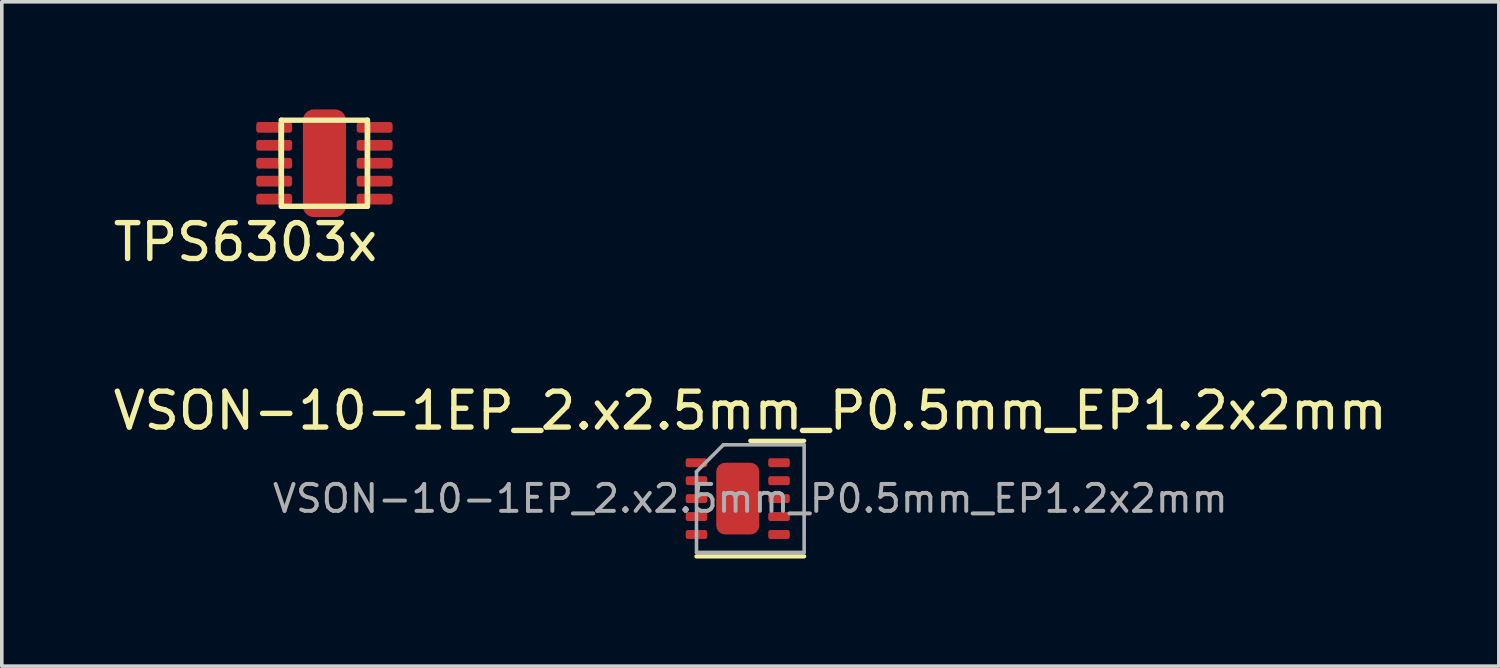
<source format=kicad_pcb>
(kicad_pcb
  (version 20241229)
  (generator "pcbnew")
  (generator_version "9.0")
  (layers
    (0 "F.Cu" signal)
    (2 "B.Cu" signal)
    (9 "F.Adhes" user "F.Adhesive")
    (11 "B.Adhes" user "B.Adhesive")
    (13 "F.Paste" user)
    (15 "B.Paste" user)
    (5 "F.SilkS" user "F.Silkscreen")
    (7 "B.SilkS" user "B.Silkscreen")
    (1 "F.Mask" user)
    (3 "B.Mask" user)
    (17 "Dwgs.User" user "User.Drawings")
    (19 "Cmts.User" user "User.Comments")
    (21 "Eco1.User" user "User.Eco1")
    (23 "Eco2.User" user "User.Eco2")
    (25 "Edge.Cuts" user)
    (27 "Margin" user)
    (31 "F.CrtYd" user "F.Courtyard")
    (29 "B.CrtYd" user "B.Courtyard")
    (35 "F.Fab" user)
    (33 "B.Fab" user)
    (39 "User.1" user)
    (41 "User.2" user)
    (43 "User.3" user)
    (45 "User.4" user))
  (footprint "VSON-10-1EP_2.x2.5mm_P0.5mm_EP1.2x2mm"
    (layer "F.Cu")
    (at 17.863 10.847)
    (property "Reference" "VSON-10-1EP_2.x2.5mm_P0.5mm_EP1.2x2mm" (at 0 -2.45 0) (layer "F.SilkS") (effects (font (size 1 1) (thickness 0.15))))
    (attr smd)
    (fp_line (start -1.5 1.61) (end 1.5 1.61) (stroke (width 0.12) (type solid)) (layer "F.SilkS"))
    (fp_line (start 0 -1.61) (end 1.5 -1.61) (stroke (width 0.12) (type solid)) (layer "F.SilkS"))
    (fp_line (start -1.5 -0.75) (end -0.75 -1.5) (stroke (width 0.1) (type solid)) (layer "F.Fab"))
    (fp_line (start -1.5 1.5) (end -1.5 -0.75) (stroke (width 0.1) (type solid)) (layer "F.Fab"))
    (fp_line (start -0.75 -1.5) (end 1.5 -1.5) (stroke (width 0.1) (type solid)) (layer "F.Fab"))
    (fp_line (start 1.5 -1.5) (end 1.5 1.5) (stroke (width 0.1) (type solid)) (layer "F.Fab"))
    (fp_line (start 1.5 1.5) (end -1.5 1.5) (stroke (width 0.1) (type solid)) (layer "F.Fab"))
    (fp_text user "${REFERENCE}" (at 0 0 0) (layer "F.Fab") (effects (font (size 0.75 0.75) (thickness 0.11))))
    (pad "1" smd roundrect (at -1.5 -1) (size 0.6 0.25) (layers "F.Cu" "F.Mask" "F.Paste") (roundrect_rratio 0.25))
    (pad "2" smd roundrect (at -1.5 -0.5) (size 0.6 0.25) (layers "F.Cu" "F.Mask" "F.Paste") (roundrect_rratio 0.25))
    (pad "3" smd roundrect (at -1.5 0) (size 0.6 0.25) (layers "F.Cu" "F.Mask" "F.Paste") (roundrect_rratio 0.25))
    (pad "3" smd roundrect (at -0.35 0) (size 1.2 2) (layers "F.Cu" "F.Mask") (roundrect_rratio 0.208))
    (pad "4" smd roundrect (at -1.5 0.5) (size 0.6 0.25) (layers "F.Cu" "F.Mask" "F.Paste") (roundrect_rratio 0.25))
    (pad "5" smd roundrect (at -1.5 1) (size 0.6 0.25) (layers "F.Cu" "F.Mask" "F.Paste") (roundrect_rratio 0.25))
    (pad "6" smd roundrect (at 0.8 1) (size 0.6 0.25) (layers "F.Cu" "F.Mask" "F.Paste") (roundrect_rratio 0.25))
    (pad "7" smd roundrect (at 0.8 0.5) (size 0.6 0.25) (layers "F.Cu" "F.Mask" "F.Paste") (roundrect_rratio 0.25))
    (pad "8" smd roundrect (at 0.8 0) (size 0.6 0.25) (layers "F.Cu" "F.Mask" "F.Paste") (roundrect_rratio 0.25))
    (pad "9" smd roundrect (at 0.8 -0.5) (size 0.6 0.25) (layers "F.Cu" "F.Mask" "F.Paste") (roundrect_rratio 0.25))
    (pad "10" smd roundrect (at 0.8 -1) (size 0.6 0.25) (layers "F.Cu" "F.Mask" "F.Paste") (roundrect_rratio 0.25)))
  (footprint "TPS6303x"
    (layer "F.Cu")
    (at 5.992 1.5)
    (property "Reference" "TPS6303x" (at -2.2 2.2 0) (layer "F.SilkS") (effects (font (size 1 1) (thickness 0.15))))
    (attr through_hole)
    (fp_line (start -1.2 -1.2) (end 1.2 -1.2) (stroke (width 0.15) (type solid)) (layer "F.SilkS"))
    (fp_line (start -1.2 -1.1) (end -1.2 1.1) (stroke (width 0.15) (type solid)) (layer "F.SilkS"))
    (fp_line (start -1.2 0) (end -1.2 -1.1) (stroke (width 0.15) (type solid)) (layer "F.SilkS"))
    (fp_line (start -1.2 1.2) (end -1.2 -1.2) (stroke (width 0.15) (type solid)) (layer "F.SilkS"))
    (fp_line (start 1.2 -1.2) (end 1.2 1.2) (stroke (width 0.15) (type solid)) (layer "F.SilkS"))
    (fp_line (start 1.2 1.1) (end 1.2 -1.1) (stroke (width 0.15) (type solid)) (layer "F.SilkS"))
    (fp_line (start 1.2 1.2) (end -1.2 1.2) (stroke (width 0.15) (type solid)) (layer "F.SilkS"))
    (pad "1" smd roundrect (at -1.4 -1) (size 1 0.3) (layers "F.Cu" "F.Mask" "F.Paste") (roundrect_rratio 0.25))
    (pad "2" smd roundrect (at -1.4 -0.5) (size 1 0.3) (layers "F.Cu" "F.Mask" "F.Paste") (roundrect_rratio 0.25))
    (pad "3" smd roundrect (at -1.4 0) (size 1 0.3) (layers "F.Cu" "F.Mask" "F.Paste") (roundrect_rratio 0.25))
    (pad "3" smd roundrect (at 0 0) (size 1.2 3) (layers "F.Cu" "F.Mask" "F.Paste") (roundrect_rratio 0.25))
    (pad "4" smd roundrect (at -1.4 0.5) (size 1 0.3) (layers "F.Cu" "F.Mask" "F.Paste") (roundrect_rratio 0.25))
    (pad "5" smd roundrect (at -1.4 1) (size 1 0.3) (layers "F.Cu" "F.Mask" "F.Paste") (roundrect_rratio 0.25))
    (pad "6" smd roundrect (at 1.4 1) (size 1 0.3) (layers "F.Cu" "F.Mask" "F.Paste") (roundrect_rratio 0.25))
    (pad "7" smd roundrect (at 1.4 0.5) (size 1 0.3) (layers "F.Cu" "F.Mask" "F.Paste") (roundrect_rratio 0.25))
    (pad "8" smd roundrect (at 1.4 0) (size 1 0.3) (layers "F.Cu" "F.Mask" "F.Paste") (roundrect_rratio 0.25))
    (pad "9" smd roundrect (at 1.4 -0.5) (size 1 0.3) (layers "F.Cu" "F.Mask" "F.Paste") (roundrect_rratio 0.25))
    (pad "10" smd roundrect (at 1.4 -1) (size 1 0.3) (layers "F.Cu" "F.Mask" "F.Paste") (roundrect_rratio 0.25)))
  (gr_rect
    (start -3 -3)
    (end 38.726 15.517)
    (stroke (width 0.1) (type default))
    (fill no)
    (layer "Edge.Cuts")))
</source>
